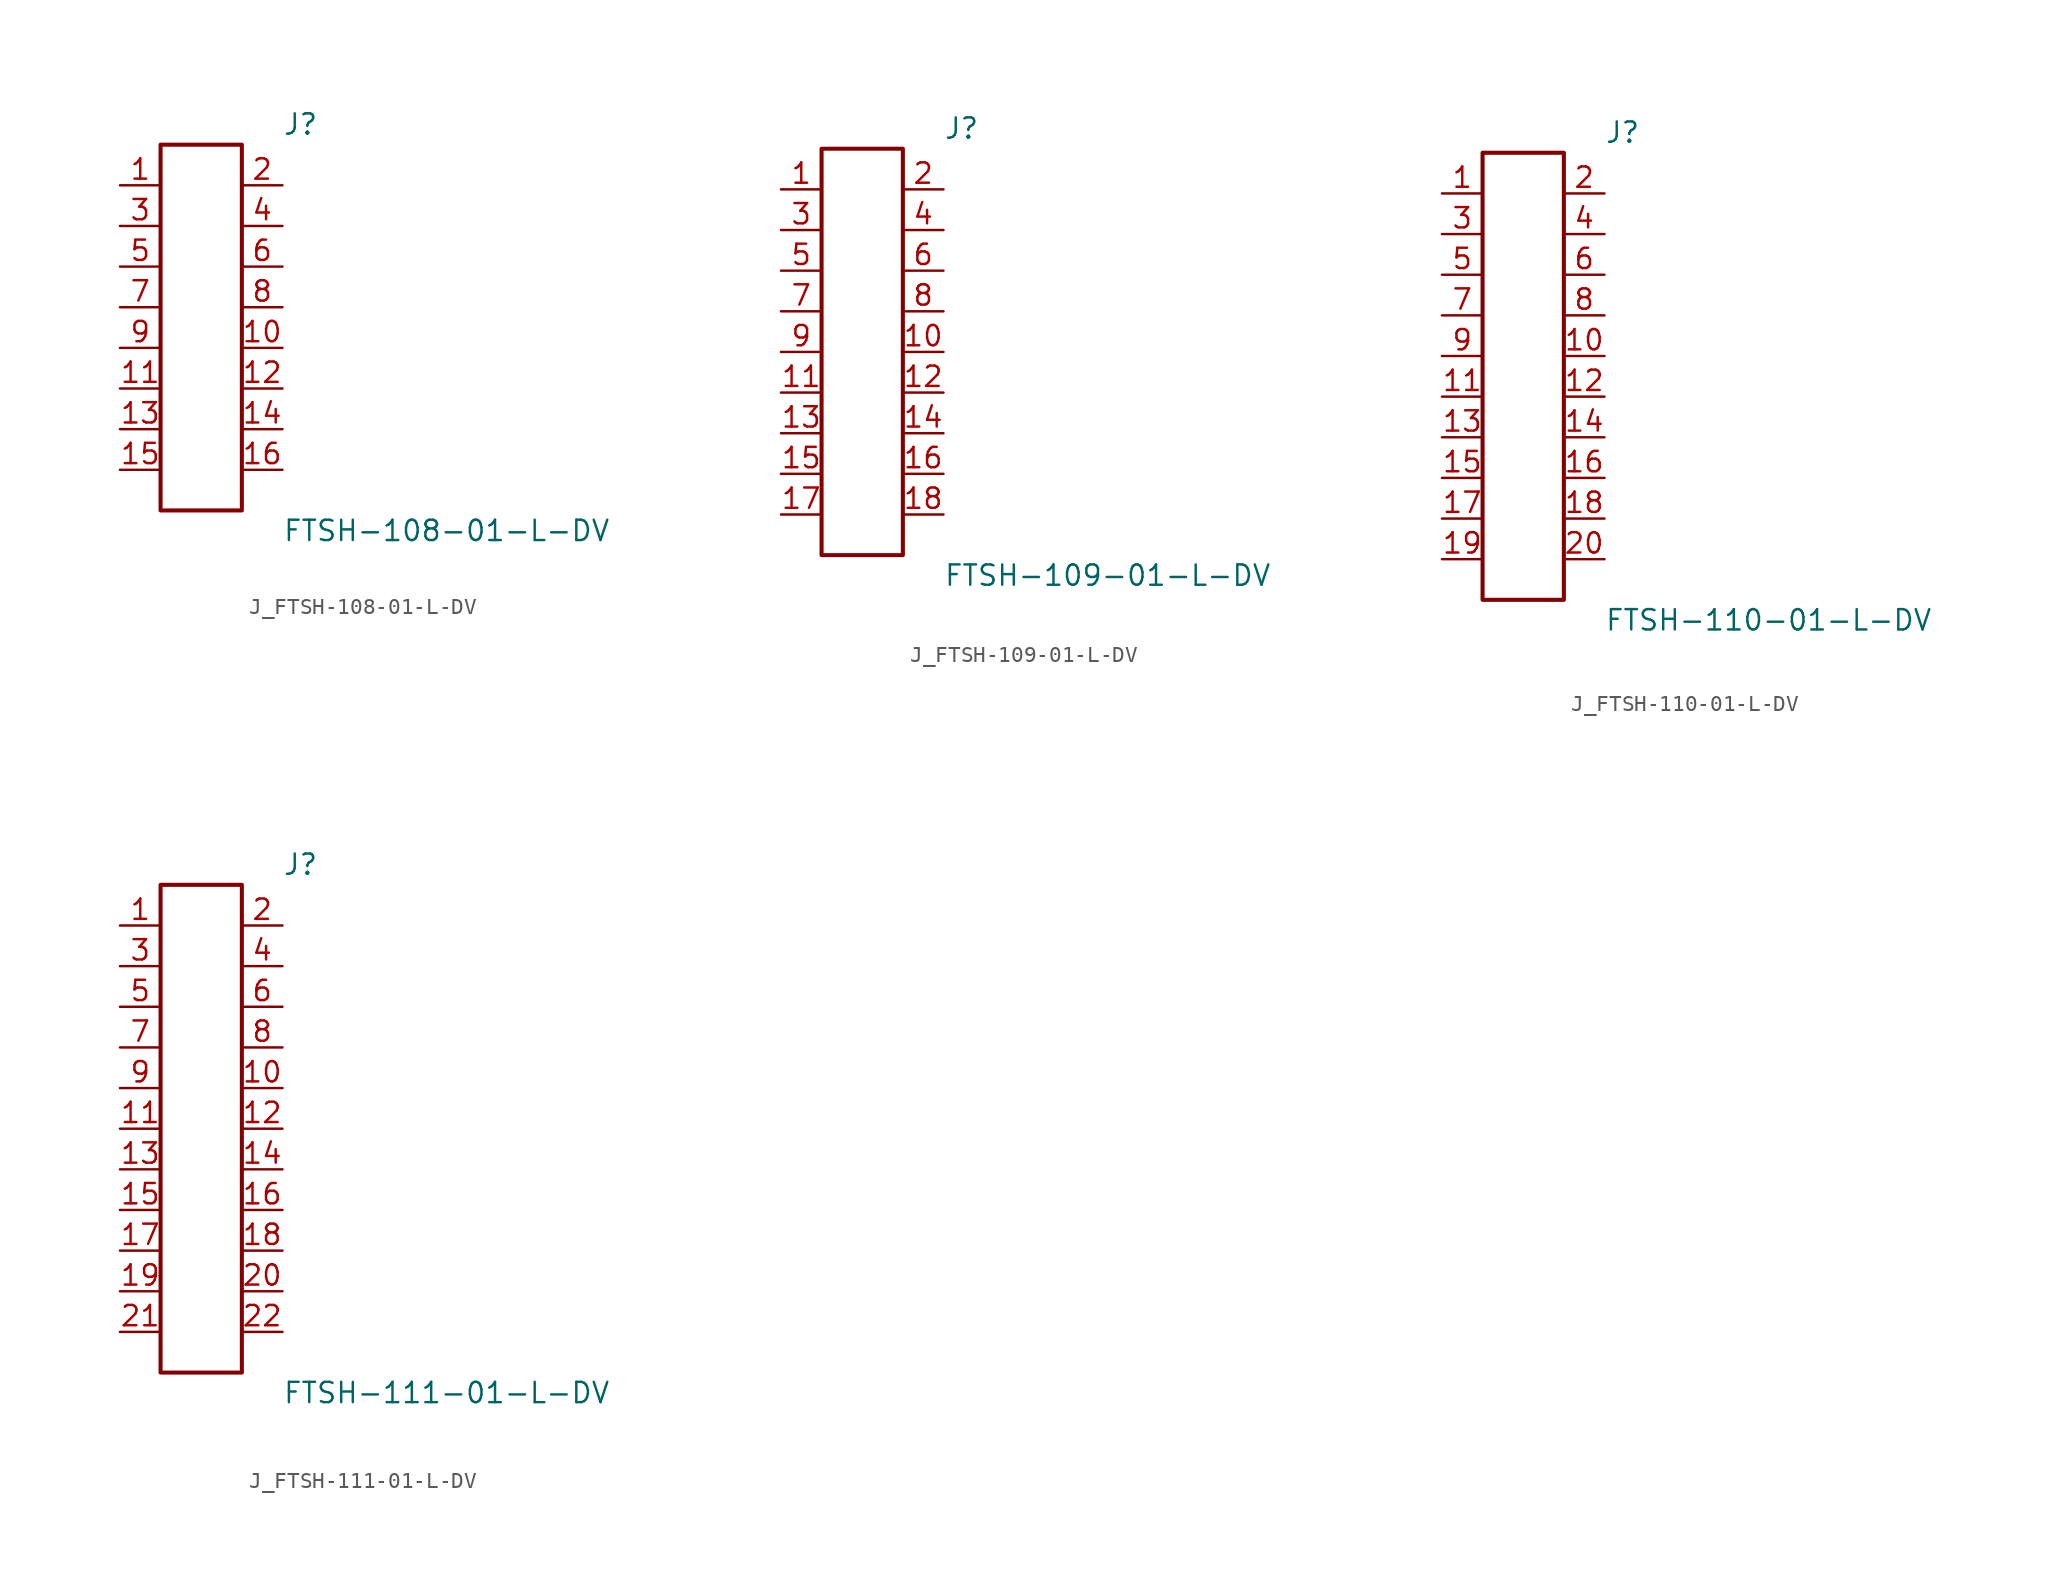
<source format=kicad_sym>
(kicad_symbol_lib
  (version 20231120)
  (generator kicad_symbol_editor)
  (generator_version 8.0)
  (symbol "J_FTSH-108-01-L-DV"
    (pin_names
      (offset 0.254))
    (property "Reference" "J"
      (at 5.08 12.7 0)
      (effects (font (size 1.27 1.27)) (justify left)))
    (property "Value" "FTSH-108-01-L-DV"
      (at 5.08 -12.7 0)
      (effects (font (size 1.27 1.27)) (justify left)))
    (symbol "J_FTSH-108-01-L-DV_0_0"
      (pin passive line (at -5.08 8.89 0) (length 2.54) (name "" (effects (font (size 1.27 1.27)))) (number "1" (effects (font (size 1.27 1.27)))))
      (pin passive line (at 5.08 8.89 180) (length 2.54) (name "" (effects (font (size 1.27 1.27)))) (number "2" (effects (font (size 1.27 1.27)))))
      (pin passive line (at -5.08 6.35 0) (length 2.54) (name "" (effects (font (size 1.27 1.27)))) (number "3" (effects (font (size 1.27 1.27)))))
      (pin passive line (at 5.08 6.35 180) (length 2.54) (name "" (effects (font (size 1.27 1.27)))) (number "4" (effects (font (size 1.27 1.27)))))
      (pin passive line (at -5.08 3.81 0) (length 2.54) (name "" (effects (font (size 1.27 1.27)))) (number "5" (effects (font (size 1.27 1.27)))))
      (pin passive line (at 5.08 3.81 180) (length 2.54) (name "" (effects (font (size 1.27 1.27)))) (number "6" (effects (font (size 1.27 1.27)))))
      (pin passive line (at -5.08 1.27 0) (length 2.54) (name "" (effects (font (size 1.27 1.27)))) (number "7" (effects (font (size 1.27 1.27)))))
      (pin passive line (at 5.08 1.27 180) (length 2.54) (name "" (effects (font (size 1.27 1.27)))) (number "8" (effects (font (size 1.27 1.27)))))
      (pin passive line (at -5.08 -1.27 0) (length 2.54) (name "" (effects (font (size 1.27 1.27)))) (number "9" (effects (font (size 1.27 1.27)))))
      (pin passive line (at 5.08 -1.27 180) (length 2.54) (name "" (effects (font (size 1.27 1.27)))) (number "10" (effects (font (size 1.27 1.27)))))
      (pin passive line (at -5.08 -3.81 0) (length 2.54) (name "" (effects (font (size 1.27 1.27)))) (number "11" (effects (font (size 1.27 1.27)))))
      (pin passive line (at 5.08 -3.81 180) (length 2.54) (name "" (effects (font (size 1.27 1.27)))) (number "12" (effects (font (size 1.27 1.27)))))
      (pin passive line (at -5.08 -6.35 0) (length 2.54) (name "" (effects (font (size 1.27 1.27)))) (number "13" (effects (font (size 1.27 1.27)))))
      (pin passive line (at 5.08 -6.35 180) (length 2.54) (name "" (effects (font (size 1.27 1.27)))) (number "14" (effects (font (size 1.27 1.27)))))
      (pin passive line (at -5.08 -8.89 0) (length 2.54) (name "" (effects (font (size 1.27 1.27)))) (number "15" (effects (font (size 1.27 1.27)))))
      (pin passive line (at 5.08 -8.89 180) (length 2.54) (name "" (effects (font (size 1.27 1.27)))) (number "16" (effects (font (size 1.27 1.27))))))
    (symbol "J_FTSH-108-01-L-DV_1_0"
      (rectangle (start -2.54 11.43) (end 2.54 -11.43) (stroke (width 0.254) (type solid)) (fill (type none)))))
  (symbol "J_FTSH-109-01-L-DV"
    (pin_names
      (offset 0.254))
    (property "Reference" "J"
      (at 5.08 13.97 0)
      (effects (font (size 1.27 1.27)) (justify left)))
    (property "Value" "FTSH-109-01-L-DV"
      (at 5.08 -13.97 0)
      (effects (font (size 1.27 1.27)) (justify left)))
    (symbol "J_FTSH-109-01-L-DV_0_0"
      (pin passive line (at -5.08 10.16 0) (length 2.54) (name "" (effects (font (size 1.27 1.27)))) (number "1" (effects (font (size 1.27 1.27)))))
      (pin passive line (at 5.08 10.16 180) (length 2.54) (name "" (effects (font (size 1.27 1.27)))) (number "2" (effects (font (size 1.27 1.27)))))
      (pin passive line (at -5.08 7.62 0) (length 2.54) (name "" (effects (font (size 1.27 1.27)))) (number "3" (effects (font (size 1.27 1.27)))))
      (pin passive line (at 5.08 7.62 180) (length 2.54) (name "" (effects (font (size 1.27 1.27)))) (number "4" (effects (font (size 1.27 1.27)))))
      (pin passive line (at -5.08 5.08 0) (length 2.54) (name "" (effects (font (size 1.27 1.27)))) (number "5" (effects (font (size 1.27 1.27)))))
      (pin passive line (at 5.08 5.08 180) (length 2.54) (name "" (effects (font (size 1.27 1.27)))) (number "6" (effects (font (size 1.27 1.27)))))
      (pin passive line (at -5.08 2.54 0) (length 2.54) (name "" (effects (font (size 1.27 1.27)))) (number "7" (effects (font (size 1.27 1.27)))))
      (pin passive line (at 5.08 2.54 180) (length 2.54) (name "" (effects (font (size 1.27 1.27)))) (number "8" (effects (font (size 1.27 1.27)))))
      (pin passive line (at -5.08 0.0 0) (length 2.54) (name "" (effects (font (size 1.27 1.27)))) (number "9" (effects (font (size 1.27 1.27)))))
      (pin passive line (at 5.08 0.0 180) (length 2.54) (name "" (effects (font (size 1.27 1.27)))) (number "10" (effects (font (size 1.27 1.27)))))
      (pin passive line (at -5.08 -2.54 0) (length 2.54) (name "" (effects (font (size 1.27 1.27)))) (number "11" (effects (font (size 1.27 1.27)))))
      (pin passive line (at 5.08 -2.54 180) (length 2.54) (name "" (effects (font (size 1.27 1.27)))) (number "12" (effects (font (size 1.27 1.27)))))
      (pin passive line (at -5.08 -5.08 0) (length 2.54) (name "" (effects (font (size 1.27 1.27)))) (number "13" (effects (font (size 1.27 1.27)))))
      (pin passive line (at 5.08 -5.08 180) (length 2.54) (name "" (effects (font (size 1.27 1.27)))) (number "14" (effects (font (size 1.27 1.27)))))
      (pin passive line (at -5.08 -7.62 0) (length 2.54) (name "" (effects (font (size 1.27 1.27)))) (number "15" (effects (font (size 1.27 1.27)))))
      (pin passive line (at 5.08 -7.62 180) (length 2.54) (name "" (effects (font (size 1.27 1.27)))) (number "16" (effects (font (size 1.27 1.27)))))
      (pin passive line (at -5.08 -10.16 0) (length 2.54) (name "" (effects (font (size 1.27 1.27)))) (number "17" (effects (font (size 1.27 1.27)))))
      (pin passive line (at 5.08 -10.16 180) (length 2.54) (name "" (effects (font (size 1.27 1.27)))) (number "18" (effects (font (size 1.27 1.27))))))
    (symbol "J_FTSH-109-01-L-DV_1_0"
      (rectangle (start -2.54 12.7) (end 2.54 -12.7) (stroke (width 0.254) (type solid)) (fill (type none)))))
  (symbol "J_FTSH-110-01-L-DV"
    (pin_names
      (offset 0.254))
    (property "Reference" "J"
      (at 5.08 15.24 0)
      (effects (font (size 1.27 1.27)) (justify left)))
    (property "Value" "FTSH-110-01-L-DV"
      (at 5.08 -15.24 0)
      (effects (font (size 1.27 1.27)) (justify left)))
    (symbol "J_FTSH-110-01-L-DV_0_0"
      (pin passive line (at -5.08 11.43 0) (length 2.54) (name "" (effects (font (size 1.27 1.27)))) (number "1" (effects (font (size 1.27 1.27)))))
      (pin passive line (at 5.08 11.43 180) (length 2.54) (name "" (effects (font (size 1.27 1.27)))) (number "2" (effects (font (size 1.27 1.27)))))
      (pin passive line (at -5.08 8.89 0) (length 2.54) (name "" (effects (font (size 1.27 1.27)))) (number "3" (effects (font (size 1.27 1.27)))))
      (pin passive line (at 5.08 8.89 180) (length 2.54) (name "" (effects (font (size 1.27 1.27)))) (number "4" (effects (font (size 1.27 1.27)))))
      (pin passive line (at -5.08 6.35 0) (length 2.54) (name "" (effects (font (size 1.27 1.27)))) (number "5" (effects (font (size 1.27 1.27)))))
      (pin passive line (at 5.08 6.35 180) (length 2.54) (name "" (effects (font (size 1.27 1.27)))) (number "6" (effects (font (size 1.27 1.27)))))
      (pin passive line (at -5.08 3.81 0) (length 2.54) (name "" (effects (font (size 1.27 1.27)))) (number "7" (effects (font (size 1.27 1.27)))))
      (pin passive line (at 5.08 3.81 180) (length 2.54) (name "" (effects (font (size 1.27 1.27)))) (number "8" (effects (font (size 1.27 1.27)))))
      (pin passive line (at -5.08 1.27 0) (length 2.54) (name "" (effects (font (size 1.27 1.27)))) (number "9" (effects (font (size 1.27 1.27)))))
      (pin passive line (at 5.08 1.27 180) (length 2.54) (name "" (effects (font (size 1.27 1.27)))) (number "10" (effects (font (size 1.27 1.27)))))
      (pin passive line (at -5.08 -1.27 0) (length 2.54) (name "" (effects (font (size 1.27 1.27)))) (number "11" (effects (font (size 1.27 1.27)))))
      (pin passive line (at 5.08 -1.27 180) (length 2.54) (name "" (effects (font (size 1.27 1.27)))) (number "12" (effects (font (size 1.27 1.27)))))
      (pin passive line (at -5.08 -3.81 0) (length 2.54) (name "" (effects (font (size 1.27 1.27)))) (number "13" (effects (font (size 1.27 1.27)))))
      (pin passive line (at 5.08 -3.81 180) (length 2.54) (name "" (effects (font (size 1.27 1.27)))) (number "14" (effects (font (size 1.27 1.27)))))
      (pin passive line (at -5.08 -6.35 0) (length 2.54) (name "" (effects (font (size 1.27 1.27)))) (number "15" (effects (font (size 1.27 1.27)))))
      (pin passive line (at 5.08 -6.35 180) (length 2.54) (name "" (effects (font (size 1.27 1.27)))) (number "16" (effects (font (size 1.27 1.27)))))
      (pin passive line (at -5.08 -8.89 0) (length 2.54) (name "" (effects (font (size 1.27 1.27)))) (number "17" (effects (font (size 1.27 1.27)))))
      (pin passive line (at 5.08 -8.89 180) (length 2.54) (name "" (effects (font (size 1.27 1.27)))) (number "18" (effects (font (size 1.27 1.27)))))
      (pin passive line (at -5.08 -11.43 0) (length 2.54) (name "" (effects (font (size 1.27 1.27)))) (number "19" (effects (font (size 1.27 1.27)))))
      (pin passive line (at 5.08 -11.43 180) (length 2.54) (name "" (effects (font (size 1.27 1.27)))) (number "20" (effects (font (size 1.27 1.27))))))
    (symbol "J_FTSH-110-01-L-DV_1_0"
      (rectangle (start -2.54 13.97) (end 2.54 -13.97) (stroke (width 0.254) (type solid)) (fill (type none)))))
  (symbol "J_FTSH-111-01-L-DV"
    (pin_names
      (offset 0.254))
    (property "Reference" "J"
      (at 5.08 16.51 0)
      (effects (font (size 1.27 1.27)) (justify left)))
    (property "Value" "FTSH-111-01-L-DV"
      (at 5.08 -16.51 0)
      (effects (font (size 1.27 1.27)) (justify left)))
    (symbol "J_FTSH-111-01-L-DV_0_0"
      (pin passive line (at -5.08 12.7 0) (length 2.54) (name "" (effects (font (size 1.27 1.27)))) (number "1" (effects (font (size 1.27 1.27)))))
      (pin passive line (at 5.08 12.7 180) (length 2.54) (name "" (effects (font (size 1.27 1.27)))) (number "2" (effects (font (size 1.27 1.27)))))
      (pin passive line (at -5.08 10.16 0) (length 2.54) (name "" (effects (font (size 1.27 1.27)))) (number "3" (effects (font (size 1.27 1.27)))))
      (pin passive line (at 5.08 10.16 180) (length 2.54) (name "" (effects (font (size 1.27 1.27)))) (number "4" (effects (font (size 1.27 1.27)))))
      (pin passive line (at -5.08 7.62 0) (length 2.54) (name "" (effects (font (size 1.27 1.27)))) (number "5" (effects (font (size 1.27 1.27)))))
      (pin passive line (at 5.08 7.62 180) (length 2.54) (name "" (effects (font (size 1.27 1.27)))) (number "6" (effects (font (size 1.27 1.27)))))
      (pin passive line (at -5.08 5.08 0) (length 2.54) (name "" (effects (font (size 1.27 1.27)))) (number "7" (effects (font (size 1.27 1.27)))))
      (pin passive line (at 5.08 5.08 180) (length 2.54) (name "" (effects (font (size 1.27 1.27)))) (number "8" (effects (font (size 1.27 1.27)))))
      (pin passive line (at -5.08 2.54 0) (length 2.54) (name "" (effects (font (size 1.27 1.27)))) (number "9" (effects (font (size 1.27 1.27)))))
      (pin passive line (at 5.08 2.54 180) (length 2.54) (name "" (effects (font (size 1.27 1.27)))) (number "10" (effects (font (size 1.27 1.27)))))
      (pin passive line (at -5.08 0.0 0) (length 2.54) (name "" (effects (font (size 1.27 1.27)))) (number "11" (effects (font (size 1.27 1.27)))))
      (pin passive line (at 5.08 0.0 180) (length 2.54) (name "" (effects (font (size 1.27 1.27)))) (number "12" (effects (font (size 1.27 1.27)))))
      (pin passive line (at -5.08 -2.54 0) (length 2.54) (name "" (effects (font (size 1.27 1.27)))) (number "13" (effects (font (size 1.27 1.27)))))
      (pin passive line (at 5.08 -2.54 180) (length 2.54) (name "" (effects (font (size 1.27 1.27)))) (number "14" (effects (font (size 1.27 1.27)))))
      (pin passive line (at -5.08 -5.08 0) (length 2.54) (name "" (effects (font (size 1.27 1.27)))) (number "15" (effects (font (size 1.27 1.27)))))
      (pin passive line (at 5.08 -5.08 180) (length 2.54) (name "" (effects (font (size 1.27 1.27)))) (number "16" (effects (font (size 1.27 1.27)))))
      (pin passive line (at -5.08 -7.62 0) (length 2.54) (name "" (effects (font (size 1.27 1.27)))) (number "17" (effects (font (size 1.27 1.27)))))
      (pin passive line (at 5.08 -7.62 180) (length 2.54) (name "" (effects (font (size 1.27 1.27)))) (number "18" (effects (font (size 1.27 1.27)))))
      (pin passive line (at -5.08 -10.16 0) (length 2.54) (name "" (effects (font (size 1.27 1.27)))) (number "19" (effects (font (size 1.27 1.27)))))
      (pin passive line (at 5.08 -10.16 180) (length 2.54) (name "" (effects (font (size 1.27 1.27)))) (number "20" (effects (font (size 1.27 1.27)))))
      (pin passive line (at -5.08 -12.7 0) (length 2.54) (name "" (effects (font (size 1.27 1.27)))) (number "21" (effects (font (size 1.27 1.27)))))
      (pin passive line (at 5.08 -12.7 180) (length 2.54) (name "" (effects (font (size 1.27 1.27)))) (number "22" (effects (font (size 1.27 1.27))))))
    (symbol "J_FTSH-111-01-L-DV_1_0"
      (rectangle (start -2.54 15.24) (end 2.54 -15.24) (stroke (width 0.254) (type solid)) (fill (type none))))))
</source>
